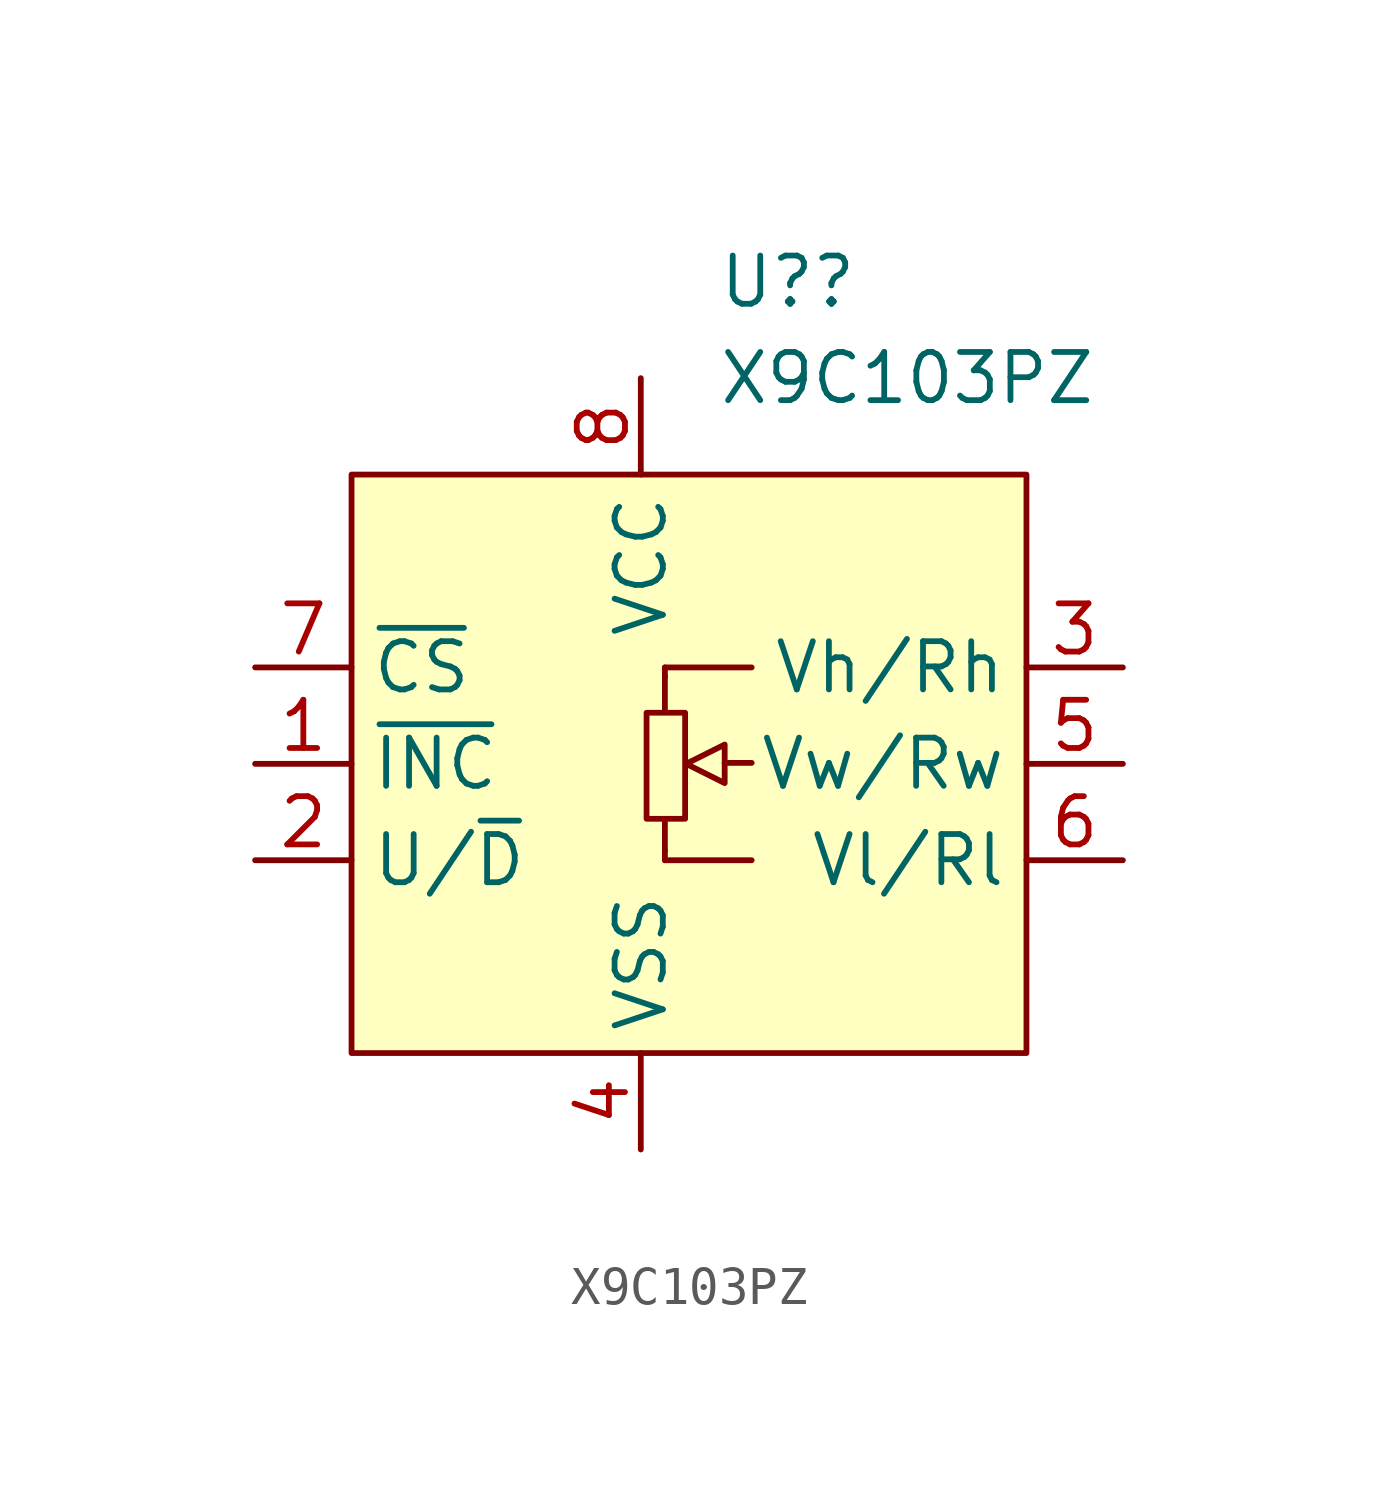
<source format=kicad_sym>
(kicad_symbol_lib
  (version 20211014)
  (generator kicad_symbol_editor)
  (symbol "X9C103PZ"
    (property "Reference" "U?"
      (at 0.749 12.7 0)
      (effects (font (size 1.27 1.27)) (justify left)))
    (property "Value" "X9C103PZ"
      (at 0.749 10.16 0)
      (effects (font (size 1.27 1.27)) (justify left)))
    (symbol "X9C103PZ_0_1"
      (polyline (pts (xy -1.27 7.62) (xy 8.89 7.62) (xy 8.89 -5.08) (xy 8.89 -7.62) (xy -8.89 -7.62) (xy -8.89 7.62) (xy -1.27 7.62)) (stroke (width 0) (type default) (color 0 0 0 0)) (fill (type background))))
    (symbol "X9C103PZ_1_1"
      (rectangle (start -1.118 1.346) (end -0.102 -1.448) (stroke (width 0) (type default) (color 0 0 0 0)) (fill (type none)))
      (polyline (pts (xy -0.635 -2.286) (xy -0.635 -1.448)) (stroke (width 0) (type default) (color 0 0 0 0)) (fill (type none)))
      (polyline (pts (xy -0.635 2.311) (xy -0.635 1.372)) (stroke (width 0) (type default) (color 0 0 0 0)) (fill (type none)))
      (polyline (pts (xy 0.94 0.025) (xy 1.651 0.025)) (stroke (width 0) (type default) (color 0 0 0 0)) (fill (type none)))
      (polyline (pts (xy -0.635 -2.54) (xy -0.635 -2.286) (xy -0.635 -2.286)) (stroke (width 0) (type default) (color 0 0 0 0)) (fill (type background)))
      (polyline (pts (xy -0.635 -2.54) (xy 1.651 -2.54) (xy 1.651 -2.54)) (stroke (width 0) (type default) (color 0 0 0 0)) (fill (type background)))
      (polyline (pts (xy -0.635 2.54) (xy -0.635 2.286) (xy -0.635 2.286)) (stroke (width 0) (type default) (color 0 0 0 0)) (fill (type none)))
      (polyline (pts (xy -0.635 2.54) (xy 1.651 2.54) (xy 1.651 2.54)) (stroke (width 0) (type default) (color 0 0 0 0)) (fill (type background)))
      (polyline (pts (xy 0.94 0.508) (xy 0.94 -0.508) (xy -0.076 0) (xy 0.94 0.508) (xy 0.94 0.508)) (stroke (width 0) (type default) (color 0 0 0 0)) (fill (type background)))
      (pin input line (at -11.43 0 0) (length 2.54) (name "~{INC}" (effects (font (size 1.27 1.27)))) (number "1" (effects (font (size 1.27 1.27)))))
      (pin input line (at -11.43 -2.54 0) (length 2.54) (name "U/~{D}" (effects (font (size 1.27 1.27)))) (number "2" (effects (font (size 1.27 1.27)))))
      (pin passive line (at 11.43 2.54 180) (length 2.54) (name "Vh/Rh" (effects (font (size 1.27 1.27)))) (number "3" (effects (font (size 1.27 1.27)))))
      (pin power_in line (at -1.27 -10.16 90) (length 2.54) (name "VSS" (effects (font (size 1.27 1.27)))) (number "4" (effects (font (size 1.27 1.27)))))
      (pin passive line (at 11.43 0 180) (length 2.54) (name "Vw/Rw" (effects (font (size 1.27 1.27)))) (number "5" (effects (font (size 1.27 1.27)))))
      (pin passive line (at 11.43 -2.54 180) (length 2.54) (name "Vl/Rl" (effects (font (size 1.27 1.27)))) (number "6" (effects (font (size 1.27 1.27)))))
      (pin input line (at -11.43 2.54 0) (length 2.54) (name "~{CS}" (effects (font (size 1.27 1.27)))) (number "7" (effects (font (size 1.27 1.27)))))
      (pin power_in line (at -1.27 10.16 270) (length 2.54) (name "VCC" (effects (font (size 1.27 1.27)))) (number "8" (effects (font (size 1.27 1.27))))))))
</source>
